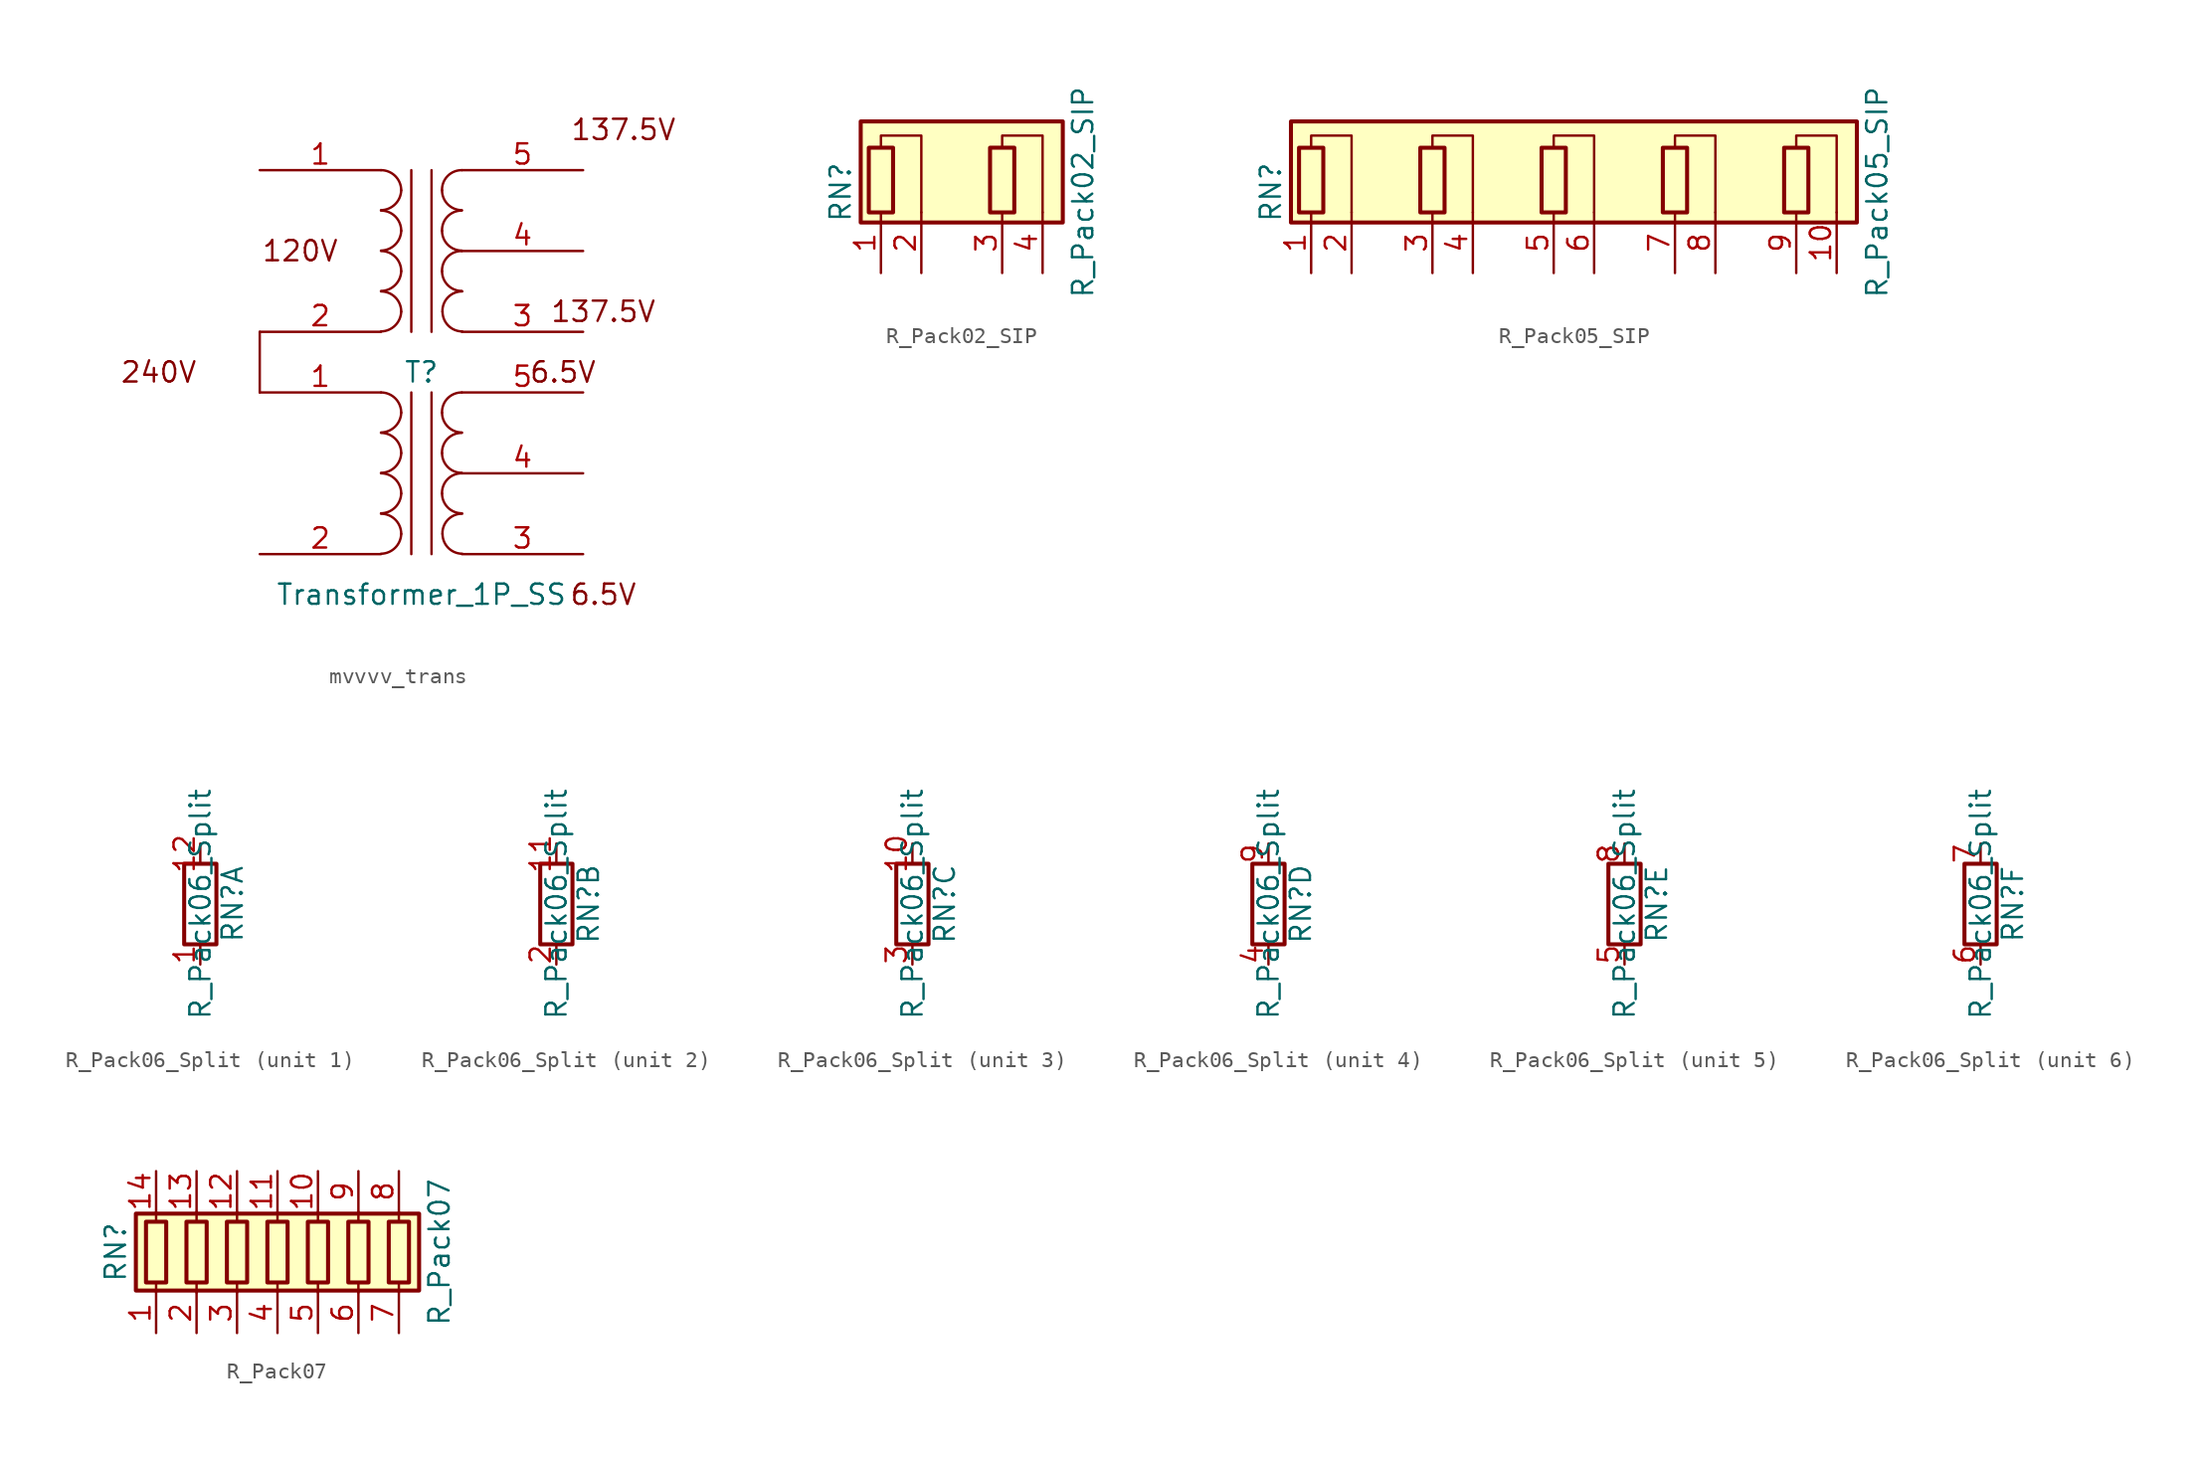
<source format=kicad_sym>
(kicad_symbol_lib
  (version 20220914)
  (generator kicad_symbol_editor)
  (symbol "mvvvv_trans"
    (pin_names
      (offset 1.016) hide)
    (property "Reference" "T"
      (at 0 6.35 0)
      (effects (font (size 1.27 1.27))))
    (property "Value" "Transformer_1P_SS"
      (at 0 -7.62 0)
      (effects (font (size 1.27 1.27))))
    (symbol "mvvvv_trans_0_1"
      (arc (start -2.54 -5.0546) (mid -1.6599 -4.6901) (end -1.27 -3.81) (stroke (width 0) (type default)) (fill (type none)))
      (arc (start -2.54 -2.5146) (mid -1.6599 -2.1501) (end -1.27 -1.27) (stroke (width 0) (type default)) (fill (type none)))
      (arc (start -2.54 0.0254) (mid -1.6599 0.3899) (end -1.27 1.27) (stroke (width 0) (type default)) (fill (type none)))
      (arc (start -2.54 2.5654) (mid -1.6599 2.9299) (end -1.27 3.81) (stroke (width 0) (type default)) (fill (type none)))
      (arc (start -2.54 8.9154) (mid -1.6561 9.2837) (end -1.27 10.16) (stroke (width 0) (type default)) (fill (type none)))
      (arc (start -2.54 11.4554) (mid -1.6561 11.8237) (end -1.27 12.7) (stroke (width 0) (type default)) (fill (type none)))
      (arc (start -2.54 13.9954) (mid -1.6561 14.3637) (end -1.27 15.24) (stroke (width 0) (type default)) (fill (type none)))
      (arc (start -2.54 16.5354) (mid -1.6561 16.9037) (end -1.27 17.78) (stroke (width 0) (type default)) (fill (type none)))
      (arc (start -1.27 -3.81) (mid -1.642 -2.912) (end -2.54 -2.54) (stroke (width 0) (type default)) (fill (type none)))
      (arc (start -1.27 -1.27) (mid -1.642 -0.372) (end -2.54 0) (stroke (width 0) (type default)) (fill (type none)))
      (arc (start -1.27 1.27) (mid -1.642 2.168) (end -2.54 2.54) (stroke (width 0) (type default)) (fill (type none)))
      (arc (start -1.27 3.81) (mid -1.642 4.708) (end -2.54 5.08) (stroke (width 0) (type default)) (fill (type none)))
      (arc (start -1.27 10.16) (mid -1.642 11.058) (end -2.54 11.43) (stroke (width 0) (type default)) (fill (type none)))
      (arc (start -1.27 12.7) (mid -1.642 13.598) (end -2.54 13.97) (stroke (width 0) (type default)) (fill (type none)))
      (arc (start -1.27 15.24) (mid -1.642 16.138) (end -2.54 16.51) (stroke (width 0) (type default)) (fill (type none)))
      (arc (start -1.27 17.78) (mid -1.642 18.678) (end -2.54 19.05) (stroke (width 0) (type default)) (fill (type none)))
      (polyline (pts (xy -10.16 8.89) (xy -10.16 5.08)) (stroke (width 0) (type default)) (fill (type none)))
      (polyline (pts (xy -0.635 5.08) (xy -0.635 -5.08)) (stroke (width 0) (type default)) (fill (type none)))
      (polyline (pts (xy -0.635 19.05) (xy -0.635 8.89)) (stroke (width 0) (type default)) (fill (type none)))
      (polyline (pts (xy 0.635 -5.08) (xy 0.635 5.08)) (stroke (width 0) (type default)) (fill (type none)))
      (polyline (pts (xy 0.635 8.89) (xy 0.635 19.05)) (stroke (width 0) (type default)) (fill (type none)))
      (arc (start 1.2954 -1.27) (mid 1.6599 -2.1501) (end 2.54 -2.5146) (stroke (width 0) (type default)) (fill (type none)))
      (arc (start 1.2954 1.27) (mid 1.6599 0.3899) (end 2.54 0.0254) (stroke (width 0) (type default)) (fill (type none)))
      (arc (start 1.2954 3.81) (mid 1.6599 2.9299) (end 2.54 2.5654) (stroke (width 0) (type default)) (fill (type none)))
      (arc (start 1.2954 12.7) (mid 1.6599 11.8199) (end 2.54 11.4554) (stroke (width 0) (type default)) (fill (type none)))
      (arc (start 1.2954 15.24) (mid 1.6599 14.3599) (end 2.54 13.9954) (stroke (width 0) (type default)) (fill (type none)))
      (arc (start 1.2954 17.78) (mid 1.6599 16.8999) (end 2.54 16.5354) (stroke (width 0) (type default)) (fill (type none)))
      (arc (start 1.3208 -3.81) (mid 1.6853 -4.6901) (end 2.5654 -5.0546) (stroke (width 0) (type default)) (fill (type none)))
      (arc (start 1.3208 10.16) (mid 1.6854 9.2801) (end 2.5654 8.9154) (stroke (width 0) (type default)) (fill (type none)))
      (arc (start 2.54 0) (mid 1.642 -0.372) (end 1.2954 -1.27) (stroke (width 0) (type default)) (fill (type none)))
      (arc (start 2.54 2.54) (mid 1.642 2.168) (end 1.2954 1.27) (stroke (width 0) (type default)) (fill (type none)))
      (arc (start 2.54 5.08) (mid 1.642 4.708) (end 1.2954 3.81) (stroke (width 0) (type default)) (fill (type none)))
      (arc (start 2.54 13.97) (mid 1.6458 13.6015) (end 1.2954 12.7) (stroke (width 0) (type default)) (fill (type none)))
      (arc (start 2.54 16.51) (mid 1.6458 16.1415) (end 1.2954 15.24) (stroke (width 0) (type default)) (fill (type none)))
      (arc (start 2.54 19.05) (mid 1.6458 18.6815) (end 1.2954 17.78) (stroke (width 0) (type default)) (fill (type none)))
      (arc (start 2.5654 -2.54) (mid 1.6674 -2.912) (end 1.3208 -3.81) (stroke (width 0) (type default)) (fill (type none)))
      (arc (start 2.5654 11.43) (mid 1.6709 11.0617) (end 1.3208 10.16) (stroke (width 0) (type default)) (fill (type none))))
    (symbol "mvvvv_trans_1_1"
      (text "120V" (at -7.62 13.97 0) (effects (font (size 1.27 1.27))))
      (text "137.5V" (at 11.43 10.16 0) (effects (font (size 1.27 1.27))))
      (text "137.5V" (at 12.7 21.59 0) (effects (font (size 1.27 1.27))))
      (text "240V\n" (at -16.51 6.35 0) (effects (font (size 1.27 1.27))))
      (text "6.5V" (at 8.89 6.35 0) (effects (font (size 1.27 1.27))))
      (text "6.5V" (at 11.43 -7.62 0) (effects (font (size 1.27 1.27))))
      (pin passive line (at -10.16 5.08 0) (length 7.62) (name "AA" (effects (font (size 1.27 1.27)))) (number "1" (effects (font (size 1.27 1.27)))))
      (pin passive line (at -10.16 19.05 0) (length 7.62) (name "AA" (effects (font (size 1.27 1.27)))) (number "1" (effects (font (size 1.27 1.27)))))
      (pin passive line (at -10.16 -5.08 0) (length 7.62) (name "AB" (effects (font (size 1.27 1.27)))) (number "2" (effects (font (size 1.27 1.27)))))
      (pin passive line (at -10.16 8.89 0) (length 7.62) (name "AB" (effects (font (size 1.27 1.27)))) (number "2" (effects (font (size 1.27 1.27)))))
      (pin passive line (at 10.16 -5.08 180) (length 7.62) (name "SA" (effects (font (size 1.27 1.27)))) (number "3" (effects (font (size 1.27 1.27)))))
      (pin passive line (at 10.16 8.89 180) (length 7.62) (name "SA" (effects (font (size 1.27 1.27)))) (number "3" (effects (font (size 1.27 1.27)))))
      (pin passive line (at 10.16 0 180) (length 7.62) (name "SC" (effects (font (size 1.27 1.27)))) (number "4" (effects (font (size 1.27 1.27)))))
      (pin passive line (at 10.16 13.97 180) (length 7.62) (name "SC" (effects (font (size 1.27 1.27)))) (number "4" (effects (font (size 1.27 1.27)))))
      (pin passive line (at 10.16 5.08 180) (length 7.62) (name "SB" (effects (font (size 1.27 1.27)))) (number "5" (effects (font (size 1.27 1.27)))))
      (pin passive line (at 10.16 19.05 180) (length 7.62) (name "SB" (effects (font (size 1.27 1.27)))) (number "5" (effects (font (size 1.27 1.27)))))))
  (symbol "R_Pack02_SIP"
    (pin_names
      (offset 0) hide)
    (property "Reference" "RN"
      (at -7.62 0 90)
      (effects (font (size 1.27 1.27))))
    (property "Value" "R_Pack02_SIP"
      (at 7.62 0 90)
      (effects (font (size 1.27 1.27))))
    (symbol "R_Pack02_SIP_0_1"
      (rectangle (start -6.35 -1.905) (end 6.35 4.445) (stroke (width 0.254) (type default)) (fill (type background)))
      (rectangle (start -5.842 2.794) (end -4.318 -1.27) (stroke (width 0.254) (type default)) (fill (type none)))
      (polyline (pts (xy -5.08 2.794) (xy -5.08 3.556) (xy -2.54 3.556) (xy -2.54 -1.27)) (stroke (width 0) (type default)) (fill (type none)))
      (polyline (pts (xy 2.54 2.794) (xy 2.54 3.556) (xy 5.08 3.556) (xy 5.08 -1.27)) (stroke (width 0) (type default)) (fill (type none)))
      (rectangle (start 1.778 2.794) (end 3.302 -1.27) (stroke (width 0.254) (type default)) (fill (type none))))
    (symbol "R_Pack02_SIP_1_1"
      (pin passive line (at -5.08 -5.08 90) (length 3.81) (name "R1.1" (effects (font (size 1.27 1.27)))) (number "1" (effects (font (size 1.27 1.27)))))
      (pin passive line (at -2.54 -5.08 90) (length 3.81) (name "R1.2" (effects (font (size 1.27 1.27)))) (number "2" (effects (font (size 1.27 1.27)))))
      (pin passive line (at 2.54 -5.08 90) (length 3.81) (name "R2.1" (effects (font (size 1.27 1.27)))) (number "3" (effects (font (size 1.27 1.27)))))
      (pin passive line (at 5.08 -5.08 90) (length 3.81) (name "R2.2" (effects (font (size 1.27 1.27)))) (number "4" (effects (font (size 1.27 1.27)))))))
  (symbol "R_Pack05_SIP"
    (pin_names
      (offset 0) hide)
    (property "Reference" "RN"
      (at -17.78 0 90)
      (effects (font (size 1.27 1.27))))
    (property "Value" "R_Pack05_SIP"
      (at 20.32 0 90)
      (effects (font (size 1.27 1.27))))
    (symbol "R_Pack05_SIP_0_1"
      (rectangle (start -16.51 -1.905) (end 19.05 4.445) (stroke (width 0.254) (type default)) (fill (type background)))
      (rectangle (start -16.002 2.794) (end -14.478 -1.27) (stroke (width 0.254) (type default)) (fill (type none)))
      (rectangle (start -8.382 2.794) (end -6.858 -1.27) (stroke (width 0.254) (type default)) (fill (type none)))
      (rectangle (start -0.762 2.794) (end 0.762 -1.27) (stroke (width 0.254) (type default)) (fill (type none)))
      (polyline (pts (xy -15.24 2.794) (xy -15.24 3.556) (xy -12.7 3.556) (xy -12.7 -1.27)) (stroke (width 0) (type default)) (fill (type none)))
      (polyline (pts (xy -7.62 2.794) (xy -7.62 3.556) (xy -5.08 3.556) (xy -5.08 -1.27)) (stroke (width 0) (type default)) (fill (type none)))
      (polyline (pts (xy 0 2.794) (xy 0 3.556) (xy 2.54 3.556) (xy 2.54 -1.27)) (stroke (width 0) (type default)) (fill (type none)))
      (polyline (pts (xy 7.62 2.794) (xy 7.62 3.556) (xy 10.16 3.556) (xy 10.16 -1.27)) (stroke (width 0) (type default)) (fill (type none)))
      (polyline (pts (xy 15.24 2.794) (xy 15.24 3.556) (xy 17.78 3.556) (xy 17.78 -1.27)) (stroke (width 0) (type default)) (fill (type none)))
      (rectangle (start 6.858 2.794) (end 8.382 -1.27) (stroke (width 0.254) (type default)) (fill (type none)))
      (rectangle (start 14.478 2.794) (end 16.002 -1.27) (stroke (width 0.254) (type default)) (fill (type none))))
    (symbol "R_Pack05_SIP_1_1"
      (pin passive line (at -15.24 -5.08 90) (length 3.81) (name "R1.1" (effects (font (size 1.27 1.27)))) (number "1" (effects (font (size 1.27 1.27)))))
      (pin passive line (at 17.78 -5.08 90) (length 3.81) (name "R5.2" (effects (font (size 1.27 1.27)))) (number "10" (effects (font (size 1.27 1.27)))))
      (pin passive line (at -12.7 -5.08 90) (length 3.81) (name "R1.2" (effects (font (size 1.27 1.27)))) (number "2" (effects (font (size 1.27 1.27)))))
      (pin passive line (at -7.62 -5.08 90) (length 3.81) (name "R2.1" (effects (font (size 1.27 1.27)))) (number "3" (effects (font (size 1.27 1.27)))))
      (pin passive line (at -5.08 -5.08 90) (length 3.81) (name "R2.2" (effects (font (size 1.27 1.27)))) (number "4" (effects (font (size 1.27 1.27)))))
      (pin passive line (at 0 -5.08 90) (length 3.81) (name "R3.1" (effects (font (size 1.27 1.27)))) (number "5" (effects (font (size 1.27 1.27)))))
      (pin passive line (at 2.54 -5.08 90) (length 3.81) (name "R3.2" (effects (font (size 1.27 1.27)))) (number "6" (effects (font (size 1.27 1.27)))))
      (pin passive line (at 7.62 -5.08 90) (length 3.81) (name "R4.1" (effects (font (size 1.27 1.27)))) (number "7" (effects (font (size 1.27 1.27)))))
      (pin passive line (at 10.16 -5.08 90) (length 3.81) (name "R4.2" (effects (font (size 1.27 1.27)))) (number "8" (effects (font (size 1.27 1.27)))))
      (pin passive line (at 15.24 -5.08 90) (length 3.81) (name "R5.1" (effects (font (size 1.27 1.27)))) (number "9" (effects (font (size 1.27 1.27)))))))
  (symbol "R_Pack06_Split"
    (pin_names
      (offset 0) hide)
    (property "Reference" "RN"
      (at 2.032 0 90)
      (effects (font (size 1.27 1.27))))
    (property "Value" "R_Pack06_Split"
      (at 0 0 90)
      (effects (font (size 1.27 1.27))))
    (symbol "R_Pack06_Split_0_1"
      (rectangle (start 1.016 2.54) (end -1.016 -2.54) (stroke (width 0.254) (type default)) (fill (type none))))
    (symbol "R_Pack06_Split_1_1"
      (pin passive line (at 0 -3.81 90) (length 1.27) (name "R1.1" (effects (font (size 1.27 1.27)))) (number "1" (effects (font (size 1.27 1.27)))))
      (pin passive line (at 0 3.81 270) (length 1.27) (name "R1.2" (effects (font (size 1.27 1.27)))) (number "12" (effects (font (size 1.27 1.27))))))
    (symbol "R_Pack06_Split_2_1"
      (pin passive line (at 0 3.81 270) (length 1.27) (name "R2.2" (effects (font (size 1.27 1.27)))) (number "11" (effects (font (size 1.27 1.27)))))
      (pin passive line (at 0 -3.81 90) (length 1.27) (name "R2.1" (effects (font (size 1.27 1.27)))) (number "2" (effects (font (size 1.27 1.27))))))
    (symbol "R_Pack06_Split_3_1"
      (pin passive line (at 0 3.81 270) (length 1.27) (name "R3.2" (effects (font (size 1.27 1.27)))) (number "10" (effects (font (size 1.27 1.27)))))
      (pin passive line (at 0 -3.81 90) (length 1.27) (name "R3.1" (effects (font (size 1.27 1.27)))) (number "3" (effects (font (size 1.27 1.27))))))
    (symbol "R_Pack06_Split_4_1"
      (pin passive line (at 0 -3.81 90) (length 1.27) (name "R4.1" (effects (font (size 1.27 1.27)))) (number "4" (effects (font (size 1.27 1.27)))))
      (pin passive line (at 0 3.81 270) (length 1.27) (name "R4.2" (effects (font (size 1.27 1.27)))) (number "9" (effects (font (size 1.27 1.27))))))
    (symbol "R_Pack06_Split_5_1"
      (pin passive line (at 0 -3.81 90) (length 1.27) (name "R5.1" (effects (font (size 1.27 1.27)))) (number "5" (effects (font (size 1.27 1.27)))))
      (pin passive line (at 0 3.81 270) (length 1.27) (name "R5.2" (effects (font (size 1.27 1.27)))) (number "8" (effects (font (size 1.27 1.27))))))
    (symbol "R_Pack06_Split_6_1"
      (pin passive line (at 0 -3.81 90) (length 1.27) (name "R6.1" (effects (font (size 1.27 1.27)))) (number "6" (effects (font (size 1.27 1.27)))))
      (pin passive line (at 0 3.81 270) (length 1.27) (name "R6.2" (effects (font (size 1.27 1.27)))) (number "7" (effects (font (size 1.27 1.27)))))))
  (symbol "R_Pack07"
    (pin_names
      (offset 0) hide)
    (property "Reference" "RN"
      (at -10.16 0 90)
      (effects (font (size 1.27 1.27))))
    (property "Value" "R_Pack07"
      (at 10.16 0 90)
      (effects (font (size 1.27 1.27))))
    (symbol "R_Pack07_0_1"
      (rectangle (start -8.89 -2.413) (end 8.89 2.413) (stroke (width 0.254) (type default)) (fill (type background)))
      (rectangle (start -8.255 1.905) (end -6.985 -1.905) (stroke (width 0.254) (type default)) (fill (type none)))
      (rectangle (start -5.715 1.905) (end -4.445 -1.905) (stroke (width 0.254) (type default)) (fill (type none)))
      (rectangle (start -3.175 1.905) (end -1.905 -1.905) (stroke (width 0.254) (type default)) (fill (type none)))
      (rectangle (start -0.635 1.905) (end 0.635 -1.905) (stroke (width 0.254) (type default)) (fill (type none)))
      (polyline (pts (xy -7.62 -2.54) (xy -7.62 -1.905)) (stroke (width 0) (type default)) (fill (type none)))
      (polyline (pts (xy -7.62 1.905) (xy -7.62 2.54)) (stroke (width 0) (type default)) (fill (type none)))
      (polyline (pts (xy -5.08 -2.54) (xy -5.08 -1.905)) (stroke (width 0) (type default)) (fill (type none)))
      (polyline (pts (xy -5.08 1.905) (xy -5.08 2.54)) (stroke (width 0) (type default)) (fill (type none)))
      (polyline (pts (xy -2.54 -2.54) (xy -2.54 -1.905)) (stroke (width 0) (type default)) (fill (type none)))
      (polyline (pts (xy -2.54 1.905) (xy -2.54 2.54)) (stroke (width 0) (type default)) (fill (type none)))
      (polyline (pts (xy 0 -2.54) (xy 0 -1.905)) (stroke (width 0) (type default)) (fill (type none)))
      (polyline (pts (xy 0 1.905) (xy 0 2.54)) (stroke (width 0) (type default)) (fill (type none)))
      (polyline (pts (xy 2.54 -2.54) (xy 2.54 -1.905)) (stroke (width 0) (type default)) (fill (type none)))
      (polyline (pts (xy 2.54 1.905) (xy 2.54 2.54)) (stroke (width 0) (type default)) (fill (type none)))
      (polyline (pts (xy 5.08 -2.54) (xy 5.08 -1.905)) (stroke (width 0) (type default)) (fill (type none)))
      (polyline (pts (xy 5.08 1.905) (xy 5.08 2.54)) (stroke (width 0) (type default)) (fill (type none)))
      (polyline (pts (xy 7.62 -2.54) (xy 7.62 -1.905)) (stroke (width 0) (type default)) (fill (type none)))
      (polyline (pts (xy 7.62 1.905) (xy 7.62 2.54)) (stroke (width 0) (type default)) (fill (type none)))
      (rectangle (start 1.905 1.905) (end 3.175 -1.905) (stroke (width 0.254) (type default)) (fill (type none)))
      (rectangle (start 4.445 1.905) (end 5.715 -1.905) (stroke (width 0.254) (type default)) (fill (type none)))
      (rectangle (start 6.985 1.905) (end 8.255 -1.905) (stroke (width 0.254) (type default)) (fill (type none))))
    (symbol "R_Pack07_1_1"
      (pin passive line (at -7.62 -5.08 90) (length 2.54) (name "R1.1" (effects (font (size 1.27 1.27)))) (number "1" (effects (font (size 1.27 1.27)))))
      (pin passive line (at 2.54 5.08 270) (length 2.54) (name "R5.2" (effects (font (size 1.27 1.27)))) (number "10" (effects (font (size 1.27 1.27)))))
      (pin passive line (at 0 5.08 270) (length 2.54) (name "R4.2" (effects (font (size 1.27 1.27)))) (number "11" (effects (font (size 1.27 1.27)))))
      (pin passive line (at -2.54 5.08 270) (length 2.54) (name "R3.2" (effects (font (size 1.27 1.27)))) (number "12" (effects (font (size 1.27 1.27)))))
      (pin passive line (at -5.08 5.08 270) (length 2.54) (name "R2.2" (effects (font (size 1.27 1.27)))) (number "13" (effects (font (size 1.27 1.27)))))
      (pin passive line (at -7.62 5.08 270) (length 2.54) (name "R1.2" (effects (font (size 1.27 1.27)))) (number "14" (effects (font (size 1.27 1.27)))))
      (pin passive line (at -5.08 -5.08 90) (length 2.54) (name "R2.1" (effects (font (size 1.27 1.27)))) (number "2" (effects (font (size 1.27 1.27)))))
      (pin passive line (at -2.54 -5.08 90) (length 2.54) (name "R3.1" (effects (font (size 1.27 1.27)))) (number "3" (effects (font (size 1.27 1.27)))))
      (pin passive line (at 0 -5.08 90) (length 2.54) (name "R4.1" (effects (font (size 1.27 1.27)))) (number "4" (effects (font (size 1.27 1.27)))))
      (pin passive line (at 2.54 -5.08 90) (length 2.54) (name "R5.1" (effects (font (size 1.27 1.27)))) (number "5" (effects (font (size 1.27 1.27)))))
      (pin passive line (at 5.08 -5.08 90) (length 2.54) (name "R6.1" (effects (font (size 1.27 1.27)))) (number "6" (effects (font (size 1.27 1.27)))))
      (pin passive line (at 7.62 -5.08 90) (length 2.54) (name "R7.1" (effects (font (size 1.27 1.27)))) (number "7" (effects (font (size 1.27 1.27)))))
      (pin passive line (at 7.62 5.08 270) (length 2.54) (name "R7.2" (effects (font (size 1.27 1.27)))) (number "8" (effects (font (size 1.27 1.27)))))
      (pin passive line (at 5.08 5.08 270) (length 2.54) (name "R6.2" (effects (font (size 1.27 1.27)))) (number "9" (effects (font (size 1.27 1.27))))))))
</source>
